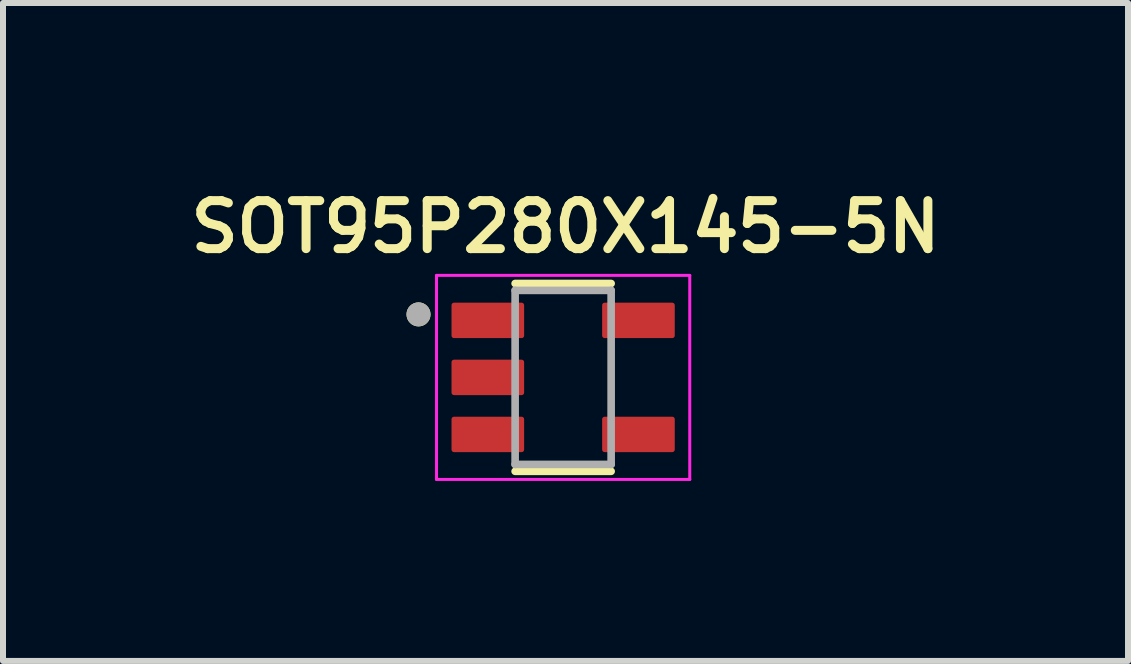
<source format=kicad_pcb>
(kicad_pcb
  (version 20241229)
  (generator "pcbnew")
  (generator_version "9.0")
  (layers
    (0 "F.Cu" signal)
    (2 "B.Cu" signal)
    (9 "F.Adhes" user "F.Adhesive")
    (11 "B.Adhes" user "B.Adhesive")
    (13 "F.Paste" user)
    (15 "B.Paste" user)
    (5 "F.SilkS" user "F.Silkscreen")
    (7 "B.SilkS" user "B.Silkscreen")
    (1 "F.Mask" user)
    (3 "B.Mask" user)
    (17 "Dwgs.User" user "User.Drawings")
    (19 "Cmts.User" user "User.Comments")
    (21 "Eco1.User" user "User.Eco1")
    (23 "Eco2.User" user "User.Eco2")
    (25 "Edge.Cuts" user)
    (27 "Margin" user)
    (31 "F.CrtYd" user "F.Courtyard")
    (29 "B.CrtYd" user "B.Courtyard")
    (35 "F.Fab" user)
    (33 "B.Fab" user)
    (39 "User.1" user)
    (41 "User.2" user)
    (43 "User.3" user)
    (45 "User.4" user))
  (footprint "SOT95P280X145-5N"
    (layer "F.Cu")
    (at 6.334 3.239)
    (property "Reference" "SOT95P280X145-5N" (at 0.04 -2.508 0) (layer "F.SilkS") (effects (font (size 0.8 0.8) (thickness 0.15))))
    (attr through_hole)
    (fp_line (start -0.8 -1.565) (end 0.8 -1.565) (stroke (width 0.127) (type solid)) (layer "F.SilkS"))
    (fp_line (start 0.8 1.565) (end -0.8 1.565) (stroke (width 0.127) (type solid)) (layer "F.SilkS"))
    (fp_circle (center -2.41 -1.05) (end -2.31 -1.05) (stroke (width 0.2) (type solid)) (fill no) (layer "F.SilkS"))
    (fp_line (start -2.11 -1.7) (end 2.11 -1.7) (stroke (width 0.05) (type solid)) (layer "F.CrtYd"))
    (fp_line (start -2.11 1.7) (end -2.11 -1.7) (stroke (width 0.05) (type solid)) (layer "F.CrtYd"))
    (fp_line (start 2.11 -1.7) (end 2.11 1.7) (stroke (width 0.05) (type solid)) (layer "F.CrtYd"))
    (fp_line (start 2.11 1.7) (end -2.11 1.7) (stroke (width 0.05) (type solid)) (layer "F.CrtYd"))
    (fp_line (start -0.8 -1.45) (end 0.8 -1.45) (stroke (width 0.127) (type solid)) (layer "F.Fab"))
    (fp_line (start -0.8 1.45) (end -0.8 -1.45) (stroke (width 0.127) (type solid)) (layer "F.Fab"))
    (fp_line (start 0.8 -1.45) (end 0.8 1.45) (stroke (width 0.127) (type solid)) (layer "F.Fab"))
    (fp_line (start 0.8 1.45) (end -0.8 1.45) (stroke (width 0.127) (type solid)) (layer "F.Fab"))
    (fp_circle (center -2.41 -1.05) (end -2.31 -1.05) (stroke (width 0.2) (type solid)) (fill no) (layer "F.Fab"))
    (pad "1" smd roundrect (at -1.255 -0.95) (size 1.21 0.59) (layers "F.Cu" "F.Mask" "F.Paste") (roundrect_rratio 0.07))
    (pad "2" smd roundrect (at -1.255 0) (size 1.21 0.59) (layers "F.Cu" "F.Mask" "F.Paste") (roundrect_rratio 0.07))
    (pad "3" smd roundrect (at -1.255 0.95) (size 1.21 0.59) (layers "F.Cu" "F.Mask" "F.Paste") (roundrect_rratio 0.07))
    (pad "4" smd roundrect (at 1.255 0.95) (size 1.21 0.59) (layers "F.Cu" "F.Mask" "F.Paste") (roundrect_rratio 0.07))
    (pad "5" smd roundrect (at 1.255 -0.95) (size 1.21 0.59) (layers "F.Cu" "F.Mask" "F.Paste") (roundrect_rratio 0.07)))
  (gr_rect
    (start -3 -3)
    (end 15.747 7.964)
    (stroke (width 0.1) (type default))
    (fill no)
    (layer "Edge.Cuts")))
</source>
